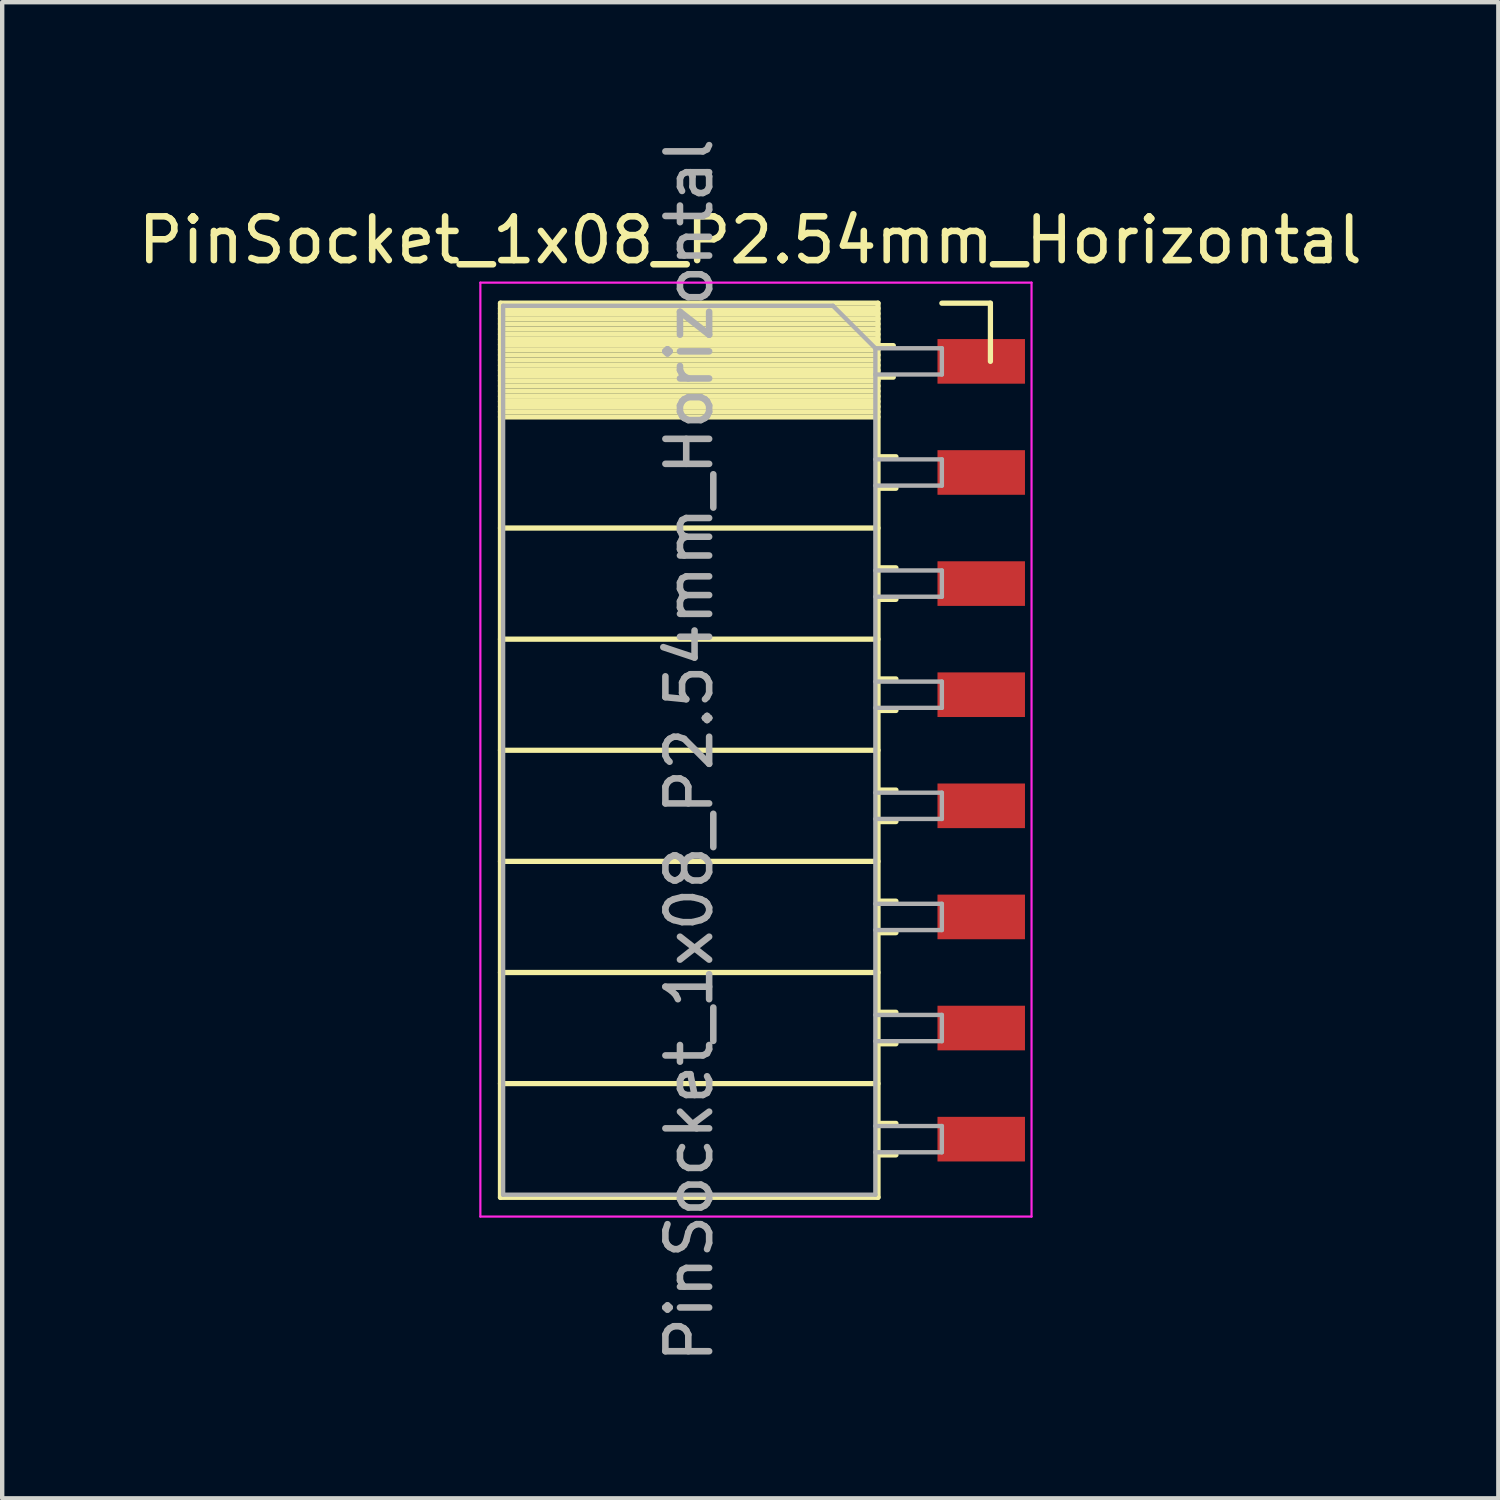
<source format=kicad_pcb>
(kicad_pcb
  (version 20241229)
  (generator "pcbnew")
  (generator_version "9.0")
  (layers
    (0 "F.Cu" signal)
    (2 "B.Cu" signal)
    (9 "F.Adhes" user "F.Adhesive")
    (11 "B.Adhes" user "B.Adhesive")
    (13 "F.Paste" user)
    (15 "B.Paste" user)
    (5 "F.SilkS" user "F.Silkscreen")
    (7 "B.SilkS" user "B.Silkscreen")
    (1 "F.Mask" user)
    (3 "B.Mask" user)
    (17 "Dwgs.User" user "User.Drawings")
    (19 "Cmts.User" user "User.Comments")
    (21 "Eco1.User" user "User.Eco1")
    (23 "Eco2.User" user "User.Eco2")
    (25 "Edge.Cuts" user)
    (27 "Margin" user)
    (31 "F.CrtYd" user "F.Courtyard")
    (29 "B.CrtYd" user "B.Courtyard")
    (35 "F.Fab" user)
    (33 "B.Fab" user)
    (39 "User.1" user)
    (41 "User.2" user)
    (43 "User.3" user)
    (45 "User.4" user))
  (footprint "PinSocket_1x08_P2.54mm_Horizontal"
    (layer "F.Cu")
    (at 18.481 5.211)
    (property "Reference" "PinSocket_1x08_P2.54mm_Horizontal" (at -4.38 -2.77 0) (layer "F.SilkS") (effects (font (size 1 1) (thickness 0.15))))
    (attr through_hole)
    (fp_line (start -10.09 -1.33) (end -10.09 19.11) (stroke (width 0.12) (type solid)) (layer "F.SilkS"))
    (fp_line (start -10.09 -1.33) (end -1.46 -1.33) (stroke (width 0.12) (type solid)) (layer "F.SilkS"))
    (fp_line (start -10.09 -1.21) (end -1.46 -1.21) (stroke (width 0.12) (type solid)) (layer "F.SilkS"))
    (fp_line (start -10.09 -1.092) (end -1.46 -1.092) (stroke (width 0.12) (type solid)) (layer "F.SilkS"))
    (fp_line (start -10.09 -0.974) (end -1.46 -0.974) (stroke (width 0.12) (type solid)) (layer "F.SilkS"))
    (fp_line (start -10.09 -0.856) (end -1.46 -0.856) (stroke (width 0.12) (type solid)) (layer "F.SilkS"))
    (fp_line (start -10.09 -0.738) (end -1.46 -0.738) (stroke (width 0.12) (type solid)) (layer "F.SilkS"))
    (fp_line (start -10.09 -0.62) (end -1.46 -0.62) (stroke (width 0.12) (type solid)) (layer "F.SilkS"))
    (fp_line (start -10.09 -0.501) (end -1.46 -0.501) (stroke (width 0.12) (type solid)) (layer "F.SilkS"))
    (fp_line (start -10.09 -0.383) (end -1.46 -0.383) (stroke (width 0.12) (type solid)) (layer "F.SilkS"))
    (fp_line (start -10.09 -0.265) (end -1.46 -0.265) (stroke (width 0.12) (type solid)) (layer "F.SilkS"))
    (fp_line (start -10.09 -0.147) (end -1.46 -0.147) (stroke (width 0.12) (type solid)) (layer "F.SilkS"))
    (fp_line (start -10.09 -0.029) (end -1.46 -0.029) (stroke (width 0.12) (type solid)) (layer "F.SilkS"))
    (fp_line (start -10.09 0.089) (end -1.46 0.089) (stroke (width 0.12) (type solid)) (layer "F.SilkS"))
    (fp_line (start -10.09 0.207) (end -1.46 0.207) (stroke (width 0.12) (type solid)) (layer "F.SilkS"))
    (fp_line (start -10.09 0.325) (end -1.46 0.325) (stroke (width 0.12) (type solid)) (layer "F.SilkS"))
    (fp_line (start -10.09 0.443) (end -1.46 0.443) (stroke (width 0.12) (type solid)) (layer "F.SilkS"))
    (fp_line (start -10.09 0.561) (end -1.46 0.561) (stroke (width 0.12) (type solid)) (layer "F.SilkS"))
    (fp_line (start -10.09 0.68) (end -1.46 0.68) (stroke (width 0.12) (type solid)) (layer "F.SilkS"))
    (fp_line (start -10.09 0.798) (end -1.46 0.798) (stroke (width 0.12) (type solid)) (layer "F.SilkS"))
    (fp_line (start -10.09 0.916) (end -1.46 0.916) (stroke (width 0.12) (type solid)) (layer "F.SilkS"))
    (fp_line (start -10.09 1.034) (end -1.46 1.034) (stroke (width 0.12) (type solid)) (layer "F.SilkS"))
    (fp_line (start -10.09 1.152) (end -1.46 1.152) (stroke (width 0.12) (type solid)) (layer "F.SilkS"))
    (fp_line (start -10.09 1.27) (end -1.46 1.27) (stroke (width 0.12) (type solid)) (layer "F.SilkS"))
    (fp_line (start -10.09 3.81) (end -1.46 3.81) (stroke (width 0.12) (type solid)) (layer "F.SilkS"))
    (fp_line (start -10.09 6.35) (end -1.46 6.35) (stroke (width 0.12) (type solid)) (layer "F.SilkS"))
    (fp_line (start -10.09 8.89) (end -1.46 8.89) (stroke (width 0.12) (type solid)) (layer "F.SilkS"))
    (fp_line (start -10.09 11.43) (end -1.46 11.43) (stroke (width 0.12) (type solid)) (layer "F.SilkS"))
    (fp_line (start -10.09 13.97) (end -1.46 13.97) (stroke (width 0.12) (type solid)) (layer "F.SilkS"))
    (fp_line (start -10.09 16.51) (end -1.46 16.51) (stroke (width 0.12) (type solid)) (layer "F.SilkS"))
    (fp_line (start -10.09 19.11) (end -1.46 19.11) (stroke (width 0.12) (type solid)) (layer "F.SilkS"))
    (fp_line (start -1.46 -1.33) (end -1.46 19.11) (stroke (width 0.12) (type solid)) (layer "F.SilkS"))
    (fp_line (start -1.46 -0.36) (end -1.11 -0.36) (stroke (width 0.12) (type solid)) (layer "F.SilkS"))
    (fp_line (start -1.46 0.36) (end -1.11 0.36) (stroke (width 0.12) (type solid)) (layer "F.SilkS"))
    (fp_line (start -1.46 2.18) (end -1.05 2.18) (stroke (width 0.12) (type solid)) (layer "F.SilkS"))
    (fp_line (start -1.46 2.9) (end -1.05 2.9) (stroke (width 0.12) (type solid)) (layer "F.SilkS"))
    (fp_line (start -1.46 4.72) (end -1.05 4.72) (stroke (width 0.12) (type solid)) (layer "F.SilkS"))
    (fp_line (start -1.46 5.44) (end -1.05 5.44) (stroke (width 0.12) (type solid)) (layer "F.SilkS"))
    (fp_line (start -1.46 7.26) (end -1.05 7.26) (stroke (width 0.12) (type solid)) (layer "F.SilkS"))
    (fp_line (start -1.46 7.98) (end -1.05 7.98) (stroke (width 0.12) (type solid)) (layer "F.SilkS"))
    (fp_line (start -1.46 9.8) (end -1.05 9.8) (stroke (width 0.12) (type solid)) (layer "F.SilkS"))
    (fp_line (start -1.46 10.52) (end -1.05 10.52) (stroke (width 0.12) (type solid)) (layer "F.SilkS"))
    (fp_line (start -1.46 12.34) (end -1.05 12.34) (stroke (width 0.12) (type solid)) (layer "F.SilkS"))
    (fp_line (start -1.46 13.06) (end -1.05 13.06) (stroke (width 0.12) (type solid)) (layer "F.SilkS"))
    (fp_line (start -1.46 14.88) (end -1.05 14.88) (stroke (width 0.12) (type solid)) (layer "F.SilkS"))
    (fp_line (start -1.46 15.6) (end -1.05 15.6) (stroke (width 0.12) (type solid)) (layer "F.SilkS"))
    (fp_line (start -1.46 17.42) (end -1.05 17.42) (stroke (width 0.12) (type solid)) (layer "F.SilkS"))
    (fp_line (start -1.46 18.14) (end -1.05 18.14) (stroke (width 0.12) (type solid)) (layer "F.SilkS"))
    (fp_line (start 0 -1.33) (end 1.11 -1.33) (stroke (width 0.12) (type solid)) (layer "F.SilkS"))
    (fp_line (start 1.11 -1.33) (end 1.11 0) (stroke (width 0.12) (type solid)) (layer "F.SilkS"))
    (fp_line (start -10.55 -1.8) (end -10.55 19.55) (stroke (width 0.05) (type solid)) (layer "F.CrtYd"))
    (fp_line (start -10.55 19.55) (end 2.05 19.55) (stroke (width 0.05) (type solid)) (layer "F.CrtYd"))
    (fp_line (start 2.05 -1.8) (end -10.55 -1.8) (stroke (width 0.05) (type solid)) (layer "F.CrtYd"))
    (fp_line (start 2.05 19.55) (end 2.05 -1.8) (stroke (width 0.05) (type solid)) (layer "F.CrtYd"))
    (fp_line (start -10.03 -1.27) (end -2.49 -1.27) (stroke (width 0.1) (type solid)) (layer "F.Fab"))
    (fp_line (start -10.03 19.05) (end -10.03 -1.27) (stroke (width 0.1) (type solid)) (layer "F.Fab"))
    (fp_line (start -2.49 -1.27) (end -1.52 -0.3) (stroke (width 0.1) (type solid)) (layer "F.Fab"))
    (fp_line (start -1.52 -0.3) (end -1.52 19.05) (stroke (width 0.1) (type solid)) (layer "F.Fab"))
    (fp_line (start -1.52 0.3) (end 0 0.3) (stroke (width 0.1) (type solid)) (layer "F.Fab"))
    (fp_line (start -1.52 2.84) (end 0 2.84) (stroke (width 0.1) (type solid)) (layer "F.Fab"))
    (fp_line (start -1.52 5.38) (end 0 5.38) (stroke (width 0.1) (type solid)) (layer "F.Fab"))
    (fp_line (start -1.52 7.92) (end 0 7.92) (stroke (width 0.1) (type solid)) (layer "F.Fab"))
    (fp_line (start -1.52 10.46) (end 0 10.46) (stroke (width 0.1) (type solid)) (layer "F.Fab"))
    (fp_line (start -1.52 13) (end 0 13) (stroke (width 0.1) (type solid)) (layer "F.Fab"))
    (fp_line (start -1.52 15.54) (end 0 15.54) (stroke (width 0.1) (type solid)) (layer "F.Fab"))
    (fp_line (start -1.52 18.08) (end 0 18.08) (stroke (width 0.1) (type solid)) (layer "F.Fab"))
    (fp_line (start -1.52 19.05) (end -10.03 19.05) (stroke (width 0.1) (type solid)) (layer "F.Fab"))
    (fp_line (start 0 -0.3) (end -1.52 -0.3) (stroke (width 0.1) (type solid)) (layer "F.Fab"))
    (fp_line (start 0 0.3) (end 0 -0.3) (stroke (width 0.1) (type solid)) (layer "F.Fab"))
    (fp_line (start 0 2.24) (end -1.52 2.24) (stroke (width 0.1) (type solid)) (layer "F.Fab"))
    (fp_line (start 0 2.84) (end 0 2.24) (stroke (width 0.1) (type solid)) (layer "F.Fab"))
    (fp_line (start 0 4.78) (end -1.52 4.78) (stroke (width 0.1) (type solid)) (layer "F.Fab"))
    (fp_line (start 0 5.38) (end 0 4.78) (stroke (width 0.1) (type solid)) (layer "F.Fab"))
    (fp_line (start 0 7.32) (end -1.52 7.32) (stroke (width 0.1) (type solid)) (layer "F.Fab"))
    (fp_line (start 0 7.92) (end 0 7.32) (stroke (width 0.1) (type solid)) (layer "F.Fab"))
    (fp_line (start 0 9.86) (end -1.52 9.86) (stroke (width 0.1) (type solid)) (layer "F.Fab"))
    (fp_line (start 0 10.46) (end 0 9.86) (stroke (width 0.1) (type solid)) (layer "F.Fab"))
    (fp_line (start 0 12.4) (end -1.52 12.4) (stroke (width 0.1) (type solid)) (layer "F.Fab"))
    (fp_line (start 0 13) (end 0 12.4) (stroke (width 0.1) (type solid)) (layer "F.Fab"))
    (fp_line (start 0 14.94) (end -1.52 14.94) (stroke (width 0.1) (type solid)) (layer "F.Fab"))
    (fp_line (start 0 15.54) (end 0 14.94) (stroke (width 0.1) (type solid)) (layer "F.Fab"))
    (fp_line (start 0 17.48) (end -1.52 17.48) (stroke (width 0.1) (type solid)) (layer "F.Fab"))
    (fp_line (start 0 18.08) (end 0 17.48) (stroke (width 0.1) (type solid)) (layer "F.Fab"))
    (fp_text user "${REFERENCE}" (at -5.775 8.89 90) (layer "F.Fab") (effects (font (size 1 1) (thickness 0.15))))
    (pad "1" smd rect (at 0.9 0) (size 2 1.02) (layers "F.Cu" "F.Mask" "F.Paste"))
    (pad "2" smd rect (at 0.9 2.54) (size 2 1.02) (layers "F.Cu" "F.Mask" "F.Paste"))
    (pad "3" smd rect (at 0.9 5.08) (size 2 1.02) (layers "F.Cu" "F.Mask" "F.Paste"))
    (pad "4" smd rect (at 0.9 7.62) (size 2 1.02) (layers "F.Cu" "F.Mask" "F.Paste"))
    (pad "5" smd rect (at 0.9 10.16) (size 2 1.02) (layers "F.Cu" "F.Mask" "F.Paste"))
    (pad "6" smd rect (at 0.9 12.7) (size 2 1.02) (layers "F.Cu" "F.Mask" "F.Paste"))
    (pad "7" smd rect (at 0.9 15.24) (size 2 1.02) (layers "F.Cu" "F.Mask" "F.Paste"))
    (pad "8" smd rect (at 0.9 17.78) (size 2 1.02) (layers "F.Cu" "F.Mask" "F.Paste")))
  (gr_rect
    (start -3 -3)
    (end 31.202 31.202)
    (stroke (width 0.1) (type default))
    (fill no)
    (layer "Edge.Cuts")))
</source>
